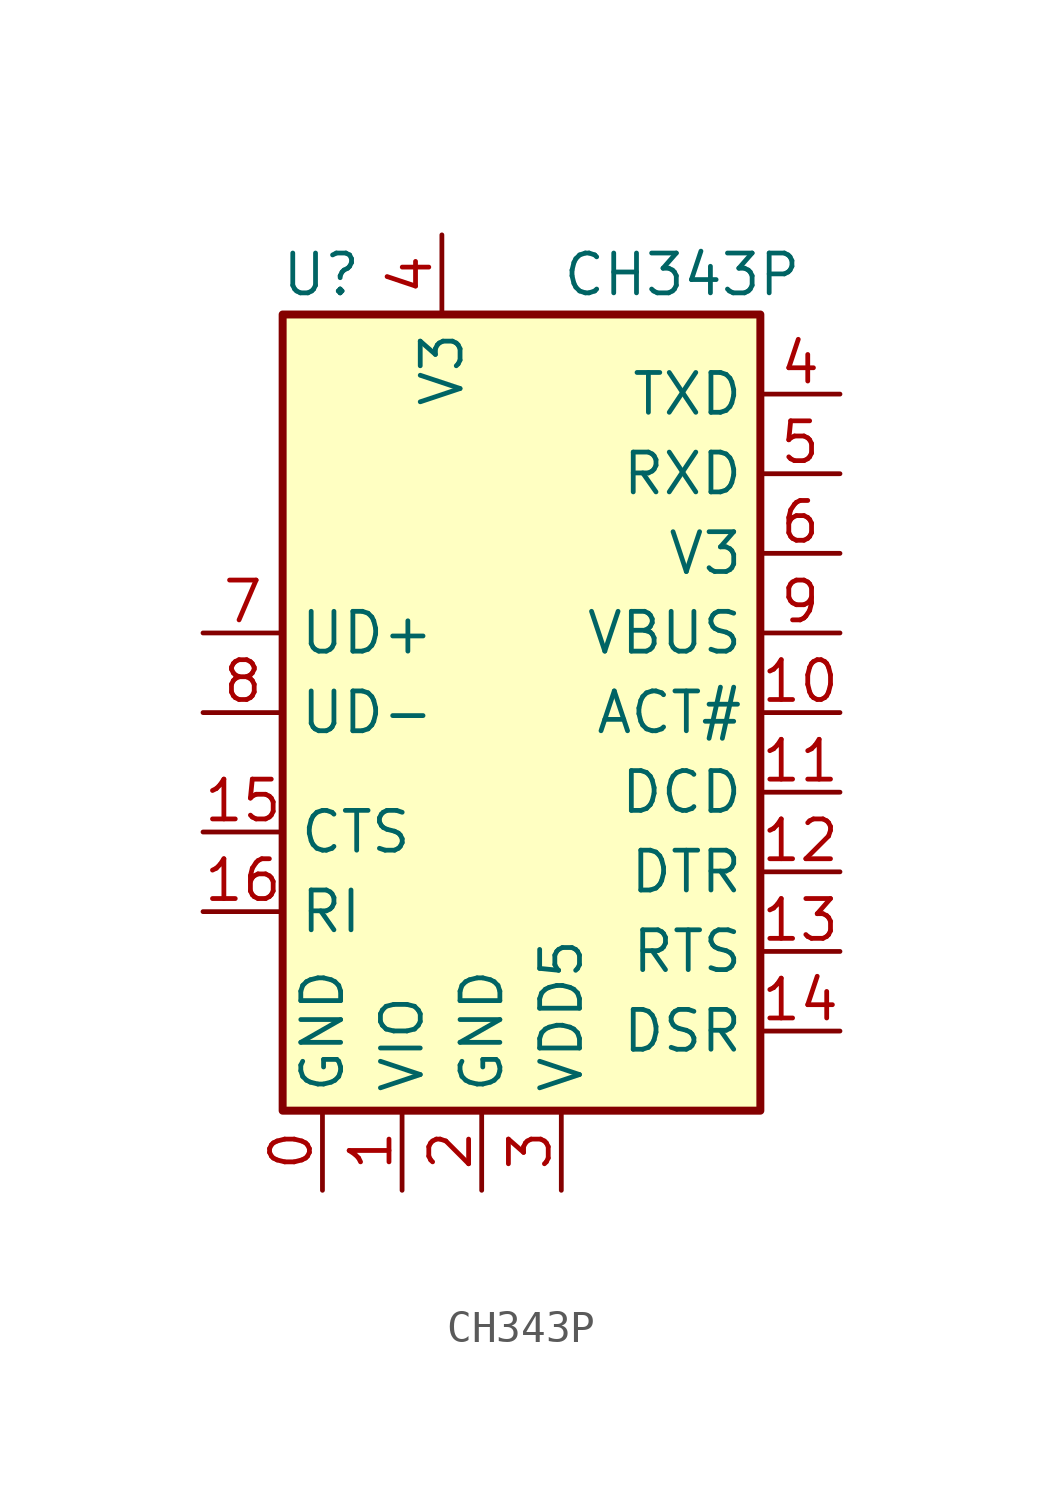
<source format=kicad_sym>
(kicad_symbol_lib
  (version 20220914)
  (generator kicad_symbol_editor)
  (symbol "CH343P"
    (property "Reference" "U"
      (at -5.08 13.97 0)
      (effects (font (size 1.27 1.27)) (justify right)))
    (property "Value" "CH343P"
      (at 1.27 13.97 0)
      (effects (font (size 1.27 1.27)) (justify left)))
    (symbol "CH343P_0_1"
      (rectangle (start -7.62 12.7) (end 7.62 -12.7) (stroke (width 0.254) (type default)) (fill (type background))))
    (symbol "CH343P_1_1"
      (pin power_in line (at -6.35 -15.24 90) (length 2.54) (name "GND" (effects (font (size 1.27 1.27)))) (number "0" (effects (font (size 1.27 1.27)))))
      (pin power_in line (at -3.81 -15.24 90) (length 2.54) (name "VIO" (effects (font (size 1.27 1.27)))) (number "1" (effects (font (size 1.27 1.27)))))
      (pin passive line (at 10.16 0 180) (length 2.54) (name "ACT#" (effects (font (size 1.27 1.27)))) (number "10" (effects (font (size 1.27 1.27)))))
      (pin passive line (at 10.16 -2.54 180) (length 2.54) (name "DCD" (effects (font (size 1.27 1.27)))) (number "11" (effects (font (size 1.27 1.27)))))
      (pin output line (at 10.16 -5.08 180) (length 2.54) (name "DTR" (effects (font (size 1.27 1.27)))) (number "12" (effects (font (size 1.27 1.27)))))
      (pin output line (at 10.16 -7.62 180) (length 2.54) (name "RTS" (effects (font (size 1.27 1.27)))) (number "13" (effects (font (size 1.27 1.27)))))
      (pin passive line (at 10.16 -10.16 180) (length 2.54) (name "DSR" (effects (font (size 1.27 1.27)))) (number "14" (effects (font (size 1.27 1.27)))))
      (pin passive line (at -10.16 -3.81 0) (length 2.54) (name "CTS" (effects (font (size 1.27 1.27)))) (number "15" (effects (font (size 1.27 1.27)))))
      (pin passive line (at -10.16 -6.35 0) (length 2.54) (name "RI" (effects (font (size 1.27 1.27)))) (number "16" (effects (font (size 1.27 1.27)))))
      (pin power_in line (at -1.27 -15.24 90) (length 2.54) (name "GND" (effects (font (size 1.27 1.27)))) (number "2" (effects (font (size 1.27 1.27)))))
      (pin power_in line (at 1.27 -15.24 90) (length 2.54) (name "VDD5" (effects (font (size 1.27 1.27)))) (number "3" (effects (font (size 1.27 1.27)))))
      (pin output line (at 10.16 10.16 180) (length 2.54) (name "TXD" (effects (font (size 1.27 1.27)))) (number "4" (effects (font (size 1.27 1.27)))))
      (pin passive line (at -2.54 15.24 270) (length 2.54) (name "V3" (effects (font (size 1.27 1.27)))) (number "4" (effects (font (size 1.27 1.27)))))
      (pin input line (at 10.16 7.62 180) (length 2.54) (name "RXD" (effects (font (size 1.27 1.27)))) (number "5" (effects (font (size 1.27 1.27)))))
      (pin input line (at 10.16 5.08 180) (length 2.54) (name "V3" (effects (font (size 1.27 1.27)))) (number "6" (effects (font (size 1.27 1.27)))))
      (pin bidirectional line (at -10.16 2.54 0) (length 2.54) (name "UD+" (effects (font (size 1.27 1.27)))) (number "7" (effects (font (size 1.27 1.27)))))
      (pin bidirectional line (at -10.16 0 0) (length 2.54) (name "UD-" (effects (font (size 1.27 1.27)))) (number "8" (effects (font (size 1.27 1.27)))))
      (pin power_in line (at 10.16 2.54 180) (length 2.54) (name "VBUS" (effects (font (size 1.27 1.27)))) (number "9" (effects (font (size 1.27 1.27))))))))
</source>
